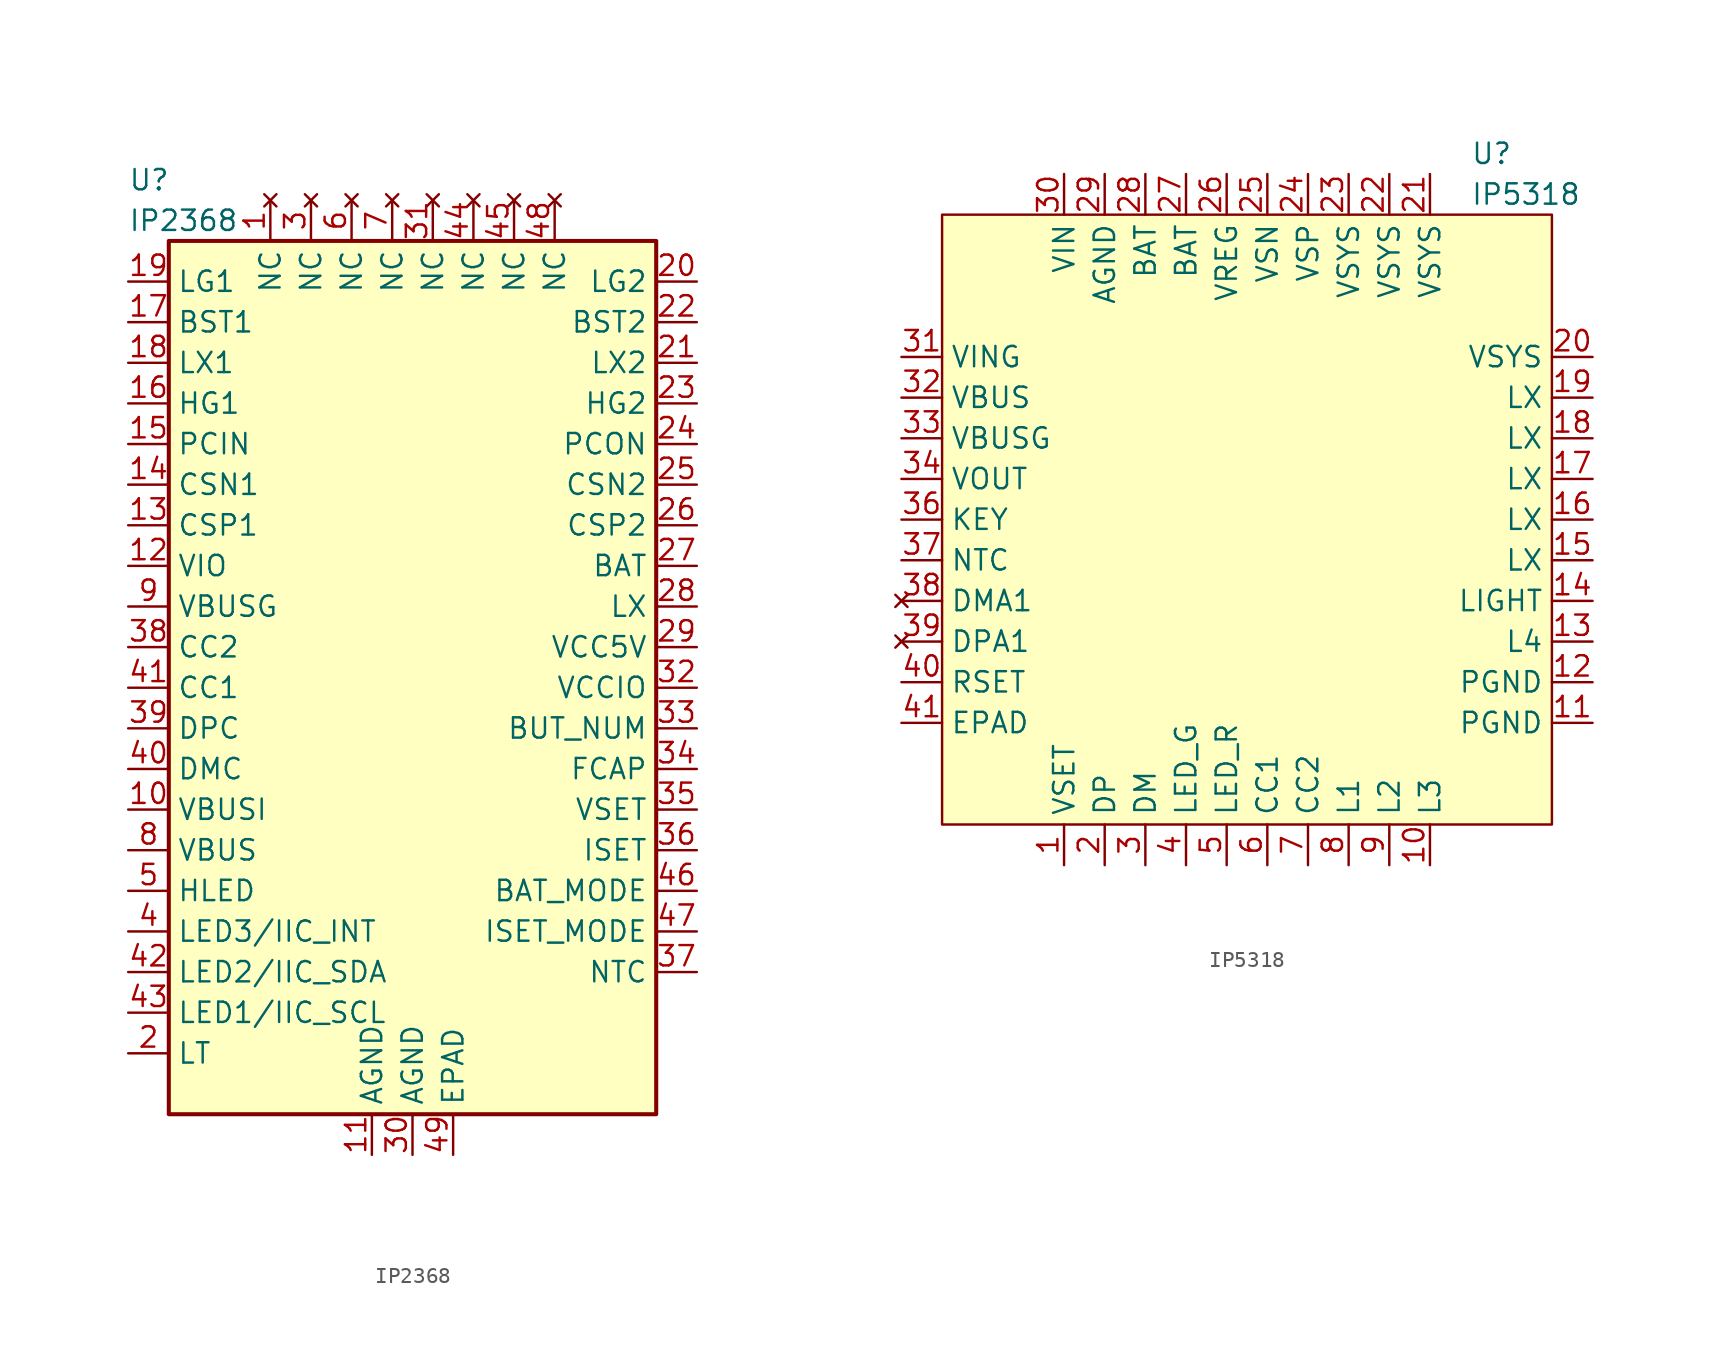
<source format=kicad_sym>
(kicad_symbol_lib
  (version 20231120)
  (generator "kicad_symbol_editor")
  (generator_version "8.0")
  (symbol "IP2368"
    (property "Reference" "U"
      (at -17.78 3.81 0)
      (effects (font (size 1.27 1.27)) (justify left)))
    (property "Value" "IP2368"
      (at -17.78 1.27 0)
      (effects (font (size 1.27 1.27)) (justify left)))
    (symbol "IP2368_0_1"
      (rectangle (start 15.24 0) (end -15.24 -54.61) (stroke (width 0.254) (type default)) (fill (type background))))
    (symbol "IP2368_1_1"
      (pin no_connect line (at -8.89 2.54 270) (length 2.54) (name "NC" (effects (font (size 1.27 1.27)))) (number "1" (effects (font (size 1.27 1.27)))))
      (pin bidirectional line (at -17.78 -35.56 0) (length 2.54) (name "VBUSI" (effects (font (size 1.27 1.27)))) (number "10" (effects (font (size 1.27 1.27)))))
      (pin power_in line (at -2.54 -57.15 90) (length 2.54) (name "AGND" (effects (font (size 1.27 1.27)))) (number "11" (effects (font (size 1.27 1.27)))))
      (pin bidirectional line (at -17.78 -20.32 0) (length 2.54) (name "VIO" (effects (font (size 1.27 1.27)))) (number "12" (effects (font (size 1.27 1.27)))))
      (pin bidirectional line (at -17.78 -17.78 0) (length 2.54) (name "CSP1" (effects (font (size 1.27 1.27)))) (number "13" (effects (font (size 1.27 1.27)))))
      (pin bidirectional line (at -17.78 -15.24 0) (length 2.54) (name "CSN1" (effects (font (size 1.27 1.27)))) (number "14" (effects (font (size 1.27 1.27)))))
      (pin bidirectional line (at -17.78 -12.7 0) (length 2.54) (name "PCIN" (effects (font (size 1.27 1.27)))) (number "15" (effects (font (size 1.27 1.27)))))
      (pin bidirectional line (at -17.78 -10.16 0) (length 2.54) (name "HG1" (effects (font (size 1.27 1.27)))) (number "16" (effects (font (size 1.27 1.27)))))
      (pin bidirectional line (at -17.78 -5.08 0) (length 2.54) (name "BST1" (effects (font (size 1.27 1.27)))) (number "17" (effects (font (size 1.27 1.27)))))
      (pin bidirectional line (at -17.78 -7.62 0) (length 2.54) (name "LX1" (effects (font (size 1.27 1.27)))) (number "18" (effects (font (size 1.27 1.27)))))
      (pin bidirectional line (at -17.78 -2.54 0) (length 2.54) (name "LG1" (effects (font (size 1.27 1.27)))) (number "19" (effects (font (size 1.27 1.27)))))
      (pin bidirectional line (at -17.78 -50.8 0) (length 2.54) (name "LT" (effects (font (size 1.27 1.27)))) (number "2" (effects (font (size 1.27 1.27)))))
      (pin bidirectional line (at 17.78 -2.54 180) (length 2.54) (name "LG2" (effects (font (size 1.27 1.27)))) (number "20" (effects (font (size 1.27 1.27)))))
      (pin bidirectional line (at 17.78 -7.62 180) (length 2.54) (name "LX2" (effects (font (size 1.27 1.27)))) (number "21" (effects (font (size 1.27 1.27)))))
      (pin bidirectional line (at 17.78 -5.08 180) (length 2.54) (name "BST2" (effects (font (size 1.27 1.27)))) (number "22" (effects (font (size 1.27 1.27)))))
      (pin bidirectional line (at 17.78 -10.16 180) (length 2.54) (name "HG2" (effects (font (size 1.27 1.27)))) (number "23" (effects (font (size 1.27 1.27)))))
      (pin bidirectional line (at 17.78 -12.7 180) (length 2.54) (name "PCON" (effects (font (size 1.27 1.27)))) (number "24" (effects (font (size 1.27 1.27)))))
      (pin bidirectional line (at 17.78 -15.24 180) (length 2.54) (name "CSN2" (effects (font (size 1.27 1.27)))) (number "25" (effects (font (size 1.27 1.27)))))
      (pin bidirectional line (at 17.78 -17.78 180) (length 2.54) (name "CSP2" (effects (font (size 1.27 1.27)))) (number "26" (effects (font (size 1.27 1.27)))))
      (pin bidirectional line (at 17.78 -20.32 180) (length 2.54) (name "BAT" (effects (font (size 1.27 1.27)))) (number "27" (effects (font (size 1.27 1.27)))))
      (pin bidirectional line (at 17.78 -22.86 180) (length 2.54) (name "LX" (effects (font (size 1.27 1.27)))) (number "28" (effects (font (size 1.27 1.27)))))
      (pin bidirectional line (at 17.78 -25.4 180) (length 2.54) (name "VCC5V" (effects (font (size 1.27 1.27)))) (number "29" (effects (font (size 1.27 1.27)))))
      (pin no_connect line (at -6.35 2.54 270) (length 2.54) (name "NC" (effects (font (size 1.27 1.27)))) (number "3" (effects (font (size 1.27 1.27)))))
      (pin power_in line (at 0 -57.15 90) (length 2.54) (name "AGND" (effects (font (size 1.27 1.27)))) (number "30" (effects (font (size 1.27 1.27)))))
      (pin no_connect line (at 1.27 2.54 270) (length 2.54) (name "NC" (effects (font (size 1.27 1.27)))) (number "31" (effects (font (size 1.27 1.27)))))
      (pin bidirectional line (at 17.78 -27.94 180) (length 2.54) (name "VCCIO" (effects (font (size 1.27 1.27)))) (number "32" (effects (font (size 1.27 1.27)))))
      (pin bidirectional line (at 17.78 -30.48 180) (length 2.54) (name "BUT_NUM" (effects (font (size 1.27 1.27)))) (number "33" (effects (font (size 1.27 1.27)))))
      (pin bidirectional line (at 17.78 -33.02 180) (length 2.54) (name "FCAP" (effects (font (size 1.27 1.27)))) (number "34" (effects (font (size 1.27 1.27)))))
      (pin bidirectional line (at 17.78 -35.56 180) (length 2.54) (name "VSET" (effects (font (size 1.27 1.27)))) (number "35" (effects (font (size 1.27 1.27)))))
      (pin bidirectional line (at 17.78 -38.1 180) (length 2.54) (name "ISET" (effects (font (size 1.27 1.27)))) (number "36" (effects (font (size 1.27 1.27)))))
      (pin bidirectional line (at 17.78 -45.72 180) (length 2.54) (name "NTC" (effects (font (size 1.27 1.27)))) (number "37" (effects (font (size 1.27 1.27)))))
      (pin bidirectional line (at -17.78 -25.4 0) (length 2.54) (name "CC2" (effects (font (size 1.27 1.27)))) (number "38" (effects (font (size 1.27 1.27)))))
      (pin bidirectional line (at -17.78 -30.48 0) (length 2.54) (name "DPC" (effects (font (size 1.27 1.27)))) (number "39" (effects (font (size 1.27 1.27)))))
      (pin bidirectional line (at -17.78 -43.18 0) (length 2.54) (name "LED3/IIC_INT" (effects (font (size 1.27 1.27)))) (number "4" (effects (font (size 1.27 1.27)))))
      (pin bidirectional line (at -17.78 -33.02 0) (length 2.54) (name "DMC" (effects (font (size 1.27 1.27)))) (number "40" (effects (font (size 1.27 1.27)))))
      (pin bidirectional line (at -17.78 -27.94 0) (length 2.54) (name "CC1" (effects (font (size 1.27 1.27)))) (number "41" (effects (font (size 1.27 1.27)))))
      (pin bidirectional line (at -17.78 -45.72 0) (length 2.54) (name "LED2/IIC_SDA" (effects (font (size 1.27 1.27)))) (number "42" (effects (font (size 1.27 1.27)))))
      (pin bidirectional line (at -17.78 -48.26 0) (length 2.54) (name "LED1/IIC_SCL" (effects (font (size 1.27 1.27)))) (number "43" (effects (font (size 1.27 1.27)))))
      (pin no_connect line (at 3.81 2.54 270) (length 2.54) (name "NC" (effects (font (size 1.27 1.27)))) (number "44" (effects (font (size 1.27 1.27)))))
      (pin no_connect line (at 6.35 2.54 270) (length 2.54) (name "NC" (effects (font (size 1.27 1.27)))) (number "45" (effects (font (size 1.27 1.27)))))
      (pin bidirectional line (at 17.78 -40.64 180) (length 2.54) (name "BAT_MODE" (effects (font (size 1.27 1.27)))) (number "46" (effects (font (size 1.27 1.27)))))
      (pin bidirectional line (at 17.78 -43.18 180) (length 2.54) (name "ISET_MODE" (effects (font (size 1.27 1.27)))) (number "47" (effects (font (size 1.27 1.27)))))
      (pin no_connect line (at 8.89 2.54 270) (length 2.54) (name "NC" (effects (font (size 1.27 1.27)))) (number "48" (effects (font (size 1.27 1.27)))))
      (pin power_in line (at 2.54 -57.15 90) (length 2.54) (name "EPAD" (effects (font (size 1.27 1.27)))) (number "49" (effects (font (size 1.27 1.27)))))
      (pin bidirectional line (at -17.78 -40.64 0) (length 2.54) (name "HLED" (effects (font (size 1.27 1.27)))) (number "5" (effects (font (size 1.27 1.27)))))
      (pin no_connect line (at -3.81 2.54 270) (length 2.54) (name "NC" (effects (font (size 1.27 1.27)))) (number "6" (effects (font (size 1.27 1.27)))))
      (pin no_connect line (at -1.27 2.54 270) (length 2.54) (name "NC" (effects (font (size 1.27 1.27)))) (number "7" (effects (font (size 1.27 1.27)))))
      (pin bidirectional line (at -17.78 -38.1 0) (length 2.54) (name "VBUS" (effects (font (size 1.27 1.27)))) (number "8" (effects (font (size 1.27 1.27)))))
      (pin bidirectional line (at -17.78 -22.86 0) (length 2.54) (name "VBUSG" (effects (font (size 1.27 1.27)))) (number "9" (effects (font (size 1.27 1.27)))))))
  (symbol "IP5318"
    (property "Reference" "U"
      (at 13.97 22.86 0)
      (effects (font (size 1.27 1.27)) (justify left)))
    (property "Value" "IP5318"
      (at 13.97 20.32 0)
      (effects (font (size 1.27 1.27)) (justify left)))
    (symbol "IP5318_0_0"
      (pin power_out line (at -21.59 7.62 0) (length 2.54) (name "VBUS" (effects (font (size 1.27 1.27)))) (number "32" (effects (font (size 1.27 1.27)))))
      (pin output line (at -21.59 5.08 0) (length 2.54) (name "VBUSG" (effects (font (size 1.27 1.27)))) (number "33" (effects (font (size 1.27 1.27))))))
    (symbol "IP5318_0_1"
      (rectangle (start -19.05 19.05) (end 19.05 -19.05) (stroke (width 0.152) (type default)) (fill (type background))))
    (symbol "IP5318_1_0"
      (pin bidirectional line (at -8.89 -21.59 90) (length 2.54) (name "DP" (effects (font (size 1.27 1.27)))) (number "2" (effects (font (size 1.27 1.27)))))
      (pin bidirectional line (at -6.35 -21.59 90) (length 2.54) (name "DM" (effects (font (size 1.27 1.27)))) (number "3" (effects (font (size 1.27 1.27)))))
      (pin power_out line (at -21.59 2.54 0) (length 2.54) (name "VOUT" (effects (font (size 1.27 1.27)))) (number "34" (effects (font (size 1.27 1.27)))))
      (pin input line (at -21.59 -2.54 0) (length 2.54) (name "NTC" (effects (font (size 1.27 1.27)))) (number "37" (effects (font (size 1.27 1.27)))))
      (pin no_connect line (at -21.59 -5.08 0) (length 2.54) (name "DMA1" (effects (font (size 1.27 1.27)))) (number "38" (effects (font (size 1.27 1.27)))))
      (pin no_connect line (at -21.59 -7.62 0) (length 2.54) (name "DPA1" (effects (font (size 1.27 1.27)))) (number "39" (effects (font (size 1.27 1.27)))))
      (pin bidirectional line (at 1.27 -21.59 90) (length 2.54) (name "CC1" (effects (font (size 1.27 1.27)))) (number "6" (effects (font (size 1.27 1.27)))))
      (pin bidirectional line (at 3.81 -21.59 90) (length 2.54) (name "CC2" (effects (font (size 1.27 1.27)))) (number "7" (effects (font (size 1.27 1.27))))))
    (symbol "IP5318_1_1"
      (pin input line (at -11.43 -21.59 90) (length 2.54) (name "VSET" (effects (font (size 1.27 1.27)))) (number "1" (effects (font (size 1.27 1.27)))))
      (pin bidirectional line (at 11.43 -21.59 90) (length 2.54) (name "L3" (effects (font (size 1.27 1.27)))) (number "10" (effects (font (size 1.27 1.27)))))
      (pin power_in line (at 21.59 -12.7 180) (length 2.54) (name "PGND" (effects (font (size 1.27 1.27)))) (number "11" (effects (font (size 1.27 1.27)))))
      (pin power_in line (at 21.59 -10.16 180) (length 2.54) (name "PGND" (effects (font (size 1.27 1.27)))) (number "12" (effects (font (size 1.27 1.27)))))
      (pin bidirectional line (at 21.59 -7.62 180) (length 2.54) (name "L4" (effects (font (size 1.27 1.27)))) (number "13" (effects (font (size 1.27 1.27)))))
      (pin output line (at 21.59 -5.08 180) (length 2.54) (name "LIGHT" (effects (font (size 1.27 1.27)))) (number "14" (effects (font (size 1.27 1.27)))))
      (pin bidirectional line (at 21.59 -2.54 180) (length 2.54) (name "LX" (effects (font (size 1.27 1.27)))) (number "15" (effects (font (size 1.27 1.27)))))
      (pin bidirectional line (at 21.59 0 180) (length 2.54) (name "LX" (effects (font (size 1.27 1.27)))) (number "16" (effects (font (size 1.27 1.27)))))
      (pin bidirectional line (at 21.59 2.54 180) (length 2.54) (name "LX" (effects (font (size 1.27 1.27)))) (number "17" (effects (font (size 1.27 1.27)))))
      (pin bidirectional line (at 21.59 5.08 180) (length 2.54) (name "LX" (effects (font (size 1.27 1.27)))) (number "18" (effects (font (size 1.27 1.27)))))
      (pin bidirectional line (at 21.59 7.62 180) (length 2.54) (name "LX" (effects (font (size 1.27 1.27)))) (number "19" (effects (font (size 1.27 1.27)))))
      (pin power_out line (at 21.59 10.16 180) (length 2.54) (name "VSYS" (effects (font (size 1.27 1.27)))) (number "20" (effects (font (size 1.27 1.27)))))
      (pin power_out line (at 11.43 21.59 270) (length 2.54) (name "VSYS" (effects (font (size 1.27 1.27)))) (number "21" (effects (font (size 1.27 1.27)))))
      (pin power_out line (at 8.89 21.59 270) (length 2.54) (name "VSYS" (effects (font (size 1.27 1.27)))) (number "22" (effects (font (size 1.27 1.27)))))
      (pin power_out line (at 6.35 21.59 270) (length 2.54) (name "VSYS" (effects (font (size 1.27 1.27)))) (number "23" (effects (font (size 1.27 1.27)))))
      (pin input line (at 3.81 21.59 270) (length 2.54) (name "VSP" (effects (font (size 1.27 1.27)))) (number "24" (effects (font (size 1.27 1.27)))))
      (pin input line (at 1.27 21.59 270) (length 2.54) (name "VSN" (effects (font (size 1.27 1.27)))) (number "25" (effects (font (size 1.27 1.27)))))
      (pin output line (at -1.27 21.59 270) (length 2.54) (name "VREG" (effects (font (size 1.27 1.27)))) (number "26" (effects (font (size 1.27 1.27)))))
      (pin bidirectional line (at -3.81 21.59 270) (length 2.54) (name "BAT" (effects (font (size 1.27 1.27)))) (number "27" (effects (font (size 1.27 1.27)))))
      (pin bidirectional line (at -6.35 21.59 270) (length 2.54) (name "BAT" (effects (font (size 1.27 1.27)))) (number "28" (effects (font (size 1.27 1.27)))))
      (pin power_in line (at -8.89 21.59 270) (length 2.54) (name "AGND" (effects (font (size 1.27 1.27)))) (number "29" (effects (font (size 1.27 1.27)))))
      (pin power_in line (at -11.43 21.59 270) (length 2.54) (name "VIN" (effects (font (size 1.27 1.27)))) (number "30" (effects (font (size 1.27 1.27)))))
      (pin output line (at -21.59 10.16 0) (length 2.54) (name "VING" (effects (font (size 1.27 1.27)))) (number "31" (effects (font (size 1.27 1.27)))))
      (pin input line (at -21.59 0 0) (length 2.54) (name "KEY" (effects (font (size 1.27 1.27)))) (number "36" (effects (font (size 1.27 1.27)))))
      (pin output line (at -3.81 -21.59 90) (length 2.54) (name "LED_G" (effects (font (size 1.27 1.27)))) (number "4" (effects (font (size 1.27 1.27)))))
      (pin input line (at -21.59 -10.16 0) (length 2.54) (name "RSET" (effects (font (size 1.27 1.27)))) (number "40" (effects (font (size 1.27 1.27)))))
      (pin power_in line (at -21.59 -12.7 0) (length 2.54) (name "EPAD" (effects (font (size 1.27 1.27)))) (number "41" (effects (font (size 1.27 1.27)))))
      (pin output line (at -1.27 -21.59 90) (length 2.54) (name "LED_R" (effects (font (size 1.27 1.27)))) (number "5" (effects (font (size 1.27 1.27)))))
      (pin bidirectional line (at 6.35 -21.59 90) (length 2.54) (name "L1" (effects (font (size 1.27 1.27)))) (number "8" (effects (font (size 1.27 1.27)))))
      (pin bidirectional line (at 8.89 -21.59 90) (length 2.54) (name "L2" (effects (font (size 1.27 1.27)))) (number "9" (effects (font (size 1.27 1.27))))))))
</source>
